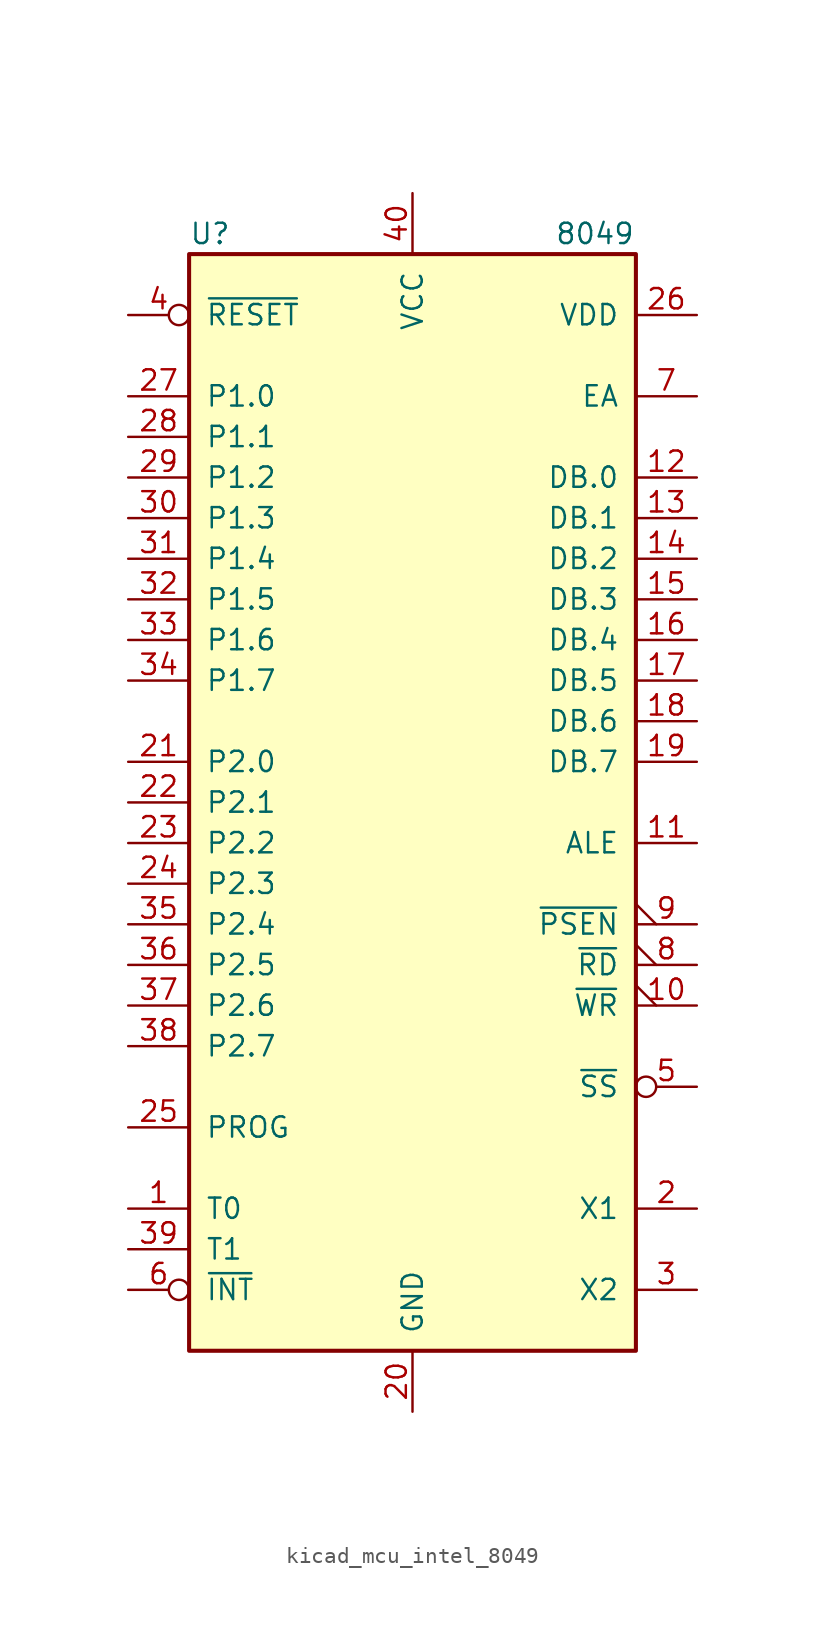
<source format=kicad_sym>
(kicad_symbol_lib
  (version 20220914)
  (generator kicad_symbol_editor)
  (symbol "kicad_mcu_intel_8049"
    (pin_names
      (offset 1.016))
    (property "Reference" "U"
      (at -13.97 35.56 0)
      (effects (font (size 1.27 1.27)) (justify left)))
    (property "Value" "8049"
      (at 8.89 35.56 0)
      (effects (font (size 1.27 1.27)) (justify left)))
    (symbol "kicad_mcu_intel_8049_1_1"
      (rectangle (start -13.97 -34.29) (end 13.97 34.29) (stroke (width 0.254) (type default)) (fill (type background)))
      (pin input line (at -17.78 -25.4 0) (length 3.81) (name "T0" (effects (font (size 1.27 1.27)))) (number "1" (effects (font (size 1.27 1.27)))))
      (pin output output_low (at 17.78 -12.7 180) (length 3.81) (name "~{WR}" (effects (font (size 1.27 1.27)))) (number "10" (effects (font (size 1.27 1.27)))))
      (pin output line (at 17.78 -2.54 180) (length 3.81) (name "ALE" (effects (font (size 1.27 1.27)))) (number "11" (effects (font (size 1.27 1.27)))))
      (pin bidirectional line (at 17.78 20.32 180) (length 3.81) (name "DB.0" (effects (font (size 1.27 1.27)))) (number "12" (effects (font (size 1.27 1.27)))))
      (pin bidirectional line (at 17.78 17.78 180) (length 3.81) (name "DB.1" (effects (font (size 1.27 1.27)))) (number "13" (effects (font (size 1.27 1.27)))))
      (pin bidirectional line (at 17.78 15.24 180) (length 3.81) (name "DB.2" (effects (font (size 1.27 1.27)))) (number "14" (effects (font (size 1.27 1.27)))))
      (pin bidirectional line (at 17.78 12.7 180) (length 3.81) (name "DB.3" (effects (font (size 1.27 1.27)))) (number "15" (effects (font (size 1.27 1.27)))))
      (pin bidirectional line (at 17.78 10.16 180) (length 3.81) (name "DB.4" (effects (font (size 1.27 1.27)))) (number "16" (effects (font (size 1.27 1.27)))))
      (pin bidirectional line (at 17.78 7.62 180) (length 3.81) (name "DB.5" (effects (font (size 1.27 1.27)))) (number "17" (effects (font (size 1.27 1.27)))))
      (pin bidirectional line (at 17.78 5.08 180) (length 3.81) (name "DB.6" (effects (font (size 1.27 1.27)))) (number "18" (effects (font (size 1.27 1.27)))))
      (pin bidirectional line (at 17.78 2.54 180) (length 3.81) (name "DB.7" (effects (font (size 1.27 1.27)))) (number "19" (effects (font (size 1.27 1.27)))))
      (pin input line (at 17.78 -25.4 180) (length 3.81) (name "X1" (effects (font (size 1.27 1.27)))) (number "2" (effects (font (size 1.27 1.27)))))
      (pin power_in line (at 0 -38.1 90) (length 3.81) (name "GND" (effects (font (size 1.27 1.27)))) (number "20" (effects (font (size 1.27 1.27)))))
      (pin bidirectional line (at -17.78 2.54 0) (length 3.81) (name "P2.0" (effects (font (size 1.27 1.27)))) (number "21" (effects (font (size 1.27 1.27)))))
      (pin bidirectional line (at -17.78 0 0) (length 3.81) (name "P2.1" (effects (font (size 1.27 1.27)))) (number "22" (effects (font (size 1.27 1.27)))))
      (pin bidirectional line (at -17.78 -2.54 0) (length 3.81) (name "P2.2" (effects (font (size 1.27 1.27)))) (number "23" (effects (font (size 1.27 1.27)))))
      (pin bidirectional line (at -17.78 -5.08 0) (length 3.81) (name "P2.3" (effects (font (size 1.27 1.27)))) (number "24" (effects (font (size 1.27 1.27)))))
      (pin output line (at -17.78 -20.32 0) (length 3.81) (name "PROG" (effects (font (size 1.27 1.27)))) (number "25" (effects (font (size 1.27 1.27)))))
      (pin power_in line (at 17.78 30.48 180) (length 3.81) (name "VDD" (effects (font (size 1.27 1.27)))) (number "26" (effects (font (size 1.27 1.27)))))
      (pin bidirectional line (at -17.78 25.4 0) (length 3.81) (name "P1.0" (effects (font (size 1.27 1.27)))) (number "27" (effects (font (size 1.27 1.27)))))
      (pin bidirectional line (at -17.78 22.86 0) (length 3.81) (name "P1.1" (effects (font (size 1.27 1.27)))) (number "28" (effects (font (size 1.27 1.27)))))
      (pin bidirectional line (at -17.78 20.32 0) (length 3.81) (name "P1.2" (effects (font (size 1.27 1.27)))) (number "29" (effects (font (size 1.27 1.27)))))
      (pin output line (at 17.78 -30.48 180) (length 3.81) (name "X2" (effects (font (size 1.27 1.27)))) (number "3" (effects (font (size 1.27 1.27)))))
      (pin bidirectional line (at -17.78 17.78 0) (length 3.81) (name "P1.3" (effects (font (size 1.27 1.27)))) (number "30" (effects (font (size 1.27 1.27)))))
      (pin bidirectional line (at -17.78 15.24 0) (length 3.81) (name "P1.4" (effects (font (size 1.27 1.27)))) (number "31" (effects (font (size 1.27 1.27)))))
      (pin bidirectional line (at -17.78 12.7 0) (length 3.81) (name "P1.5" (effects (font (size 1.27 1.27)))) (number "32" (effects (font (size 1.27 1.27)))))
      (pin bidirectional line (at -17.78 10.16 0) (length 3.81) (name "P1.6" (effects (font (size 1.27 1.27)))) (number "33" (effects (font (size 1.27 1.27)))))
      (pin bidirectional line (at -17.78 7.62 0) (length 3.81) (name "P1.7" (effects (font (size 1.27 1.27)))) (number "34" (effects (font (size 1.27 1.27)))))
      (pin bidirectional line (at -17.78 -7.62 0) (length 3.81) (name "P2.4" (effects (font (size 1.27 1.27)))) (number "35" (effects (font (size 1.27 1.27)))))
      (pin bidirectional line (at -17.78 -10.16 0) (length 3.81) (name "P2.5" (effects (font (size 1.27 1.27)))) (number "36" (effects (font (size 1.27 1.27)))))
      (pin bidirectional line (at -17.78 -12.7 0) (length 3.81) (name "P2.6" (effects (font (size 1.27 1.27)))) (number "37" (effects (font (size 1.27 1.27)))))
      (pin bidirectional line (at -17.78 -15.24 0) (length 3.81) (name "P2.7" (effects (font (size 1.27 1.27)))) (number "38" (effects (font (size 1.27 1.27)))))
      (pin input line (at -17.78 -27.94 0) (length 3.81) (name "T1" (effects (font (size 1.27 1.27)))) (number "39" (effects (font (size 1.27 1.27)))))
      (pin input inverted (at -17.78 30.48 0) (length 3.81) (name "~{RESET}" (effects (font (size 1.27 1.27)))) (number "4" (effects (font (size 1.27 1.27)))))
      (pin power_in line (at 0 38.1 270) (length 3.81) (name "VCC" (effects (font (size 1.27 1.27)))) (number "40" (effects (font (size 1.27 1.27)))))
      (pin input inverted (at 17.78 -17.78 180) (length 3.81) (name "~{SS}" (effects (font (size 1.27 1.27)))) (number "5" (effects (font (size 1.27 1.27)))))
      (pin input inverted (at -17.78 -30.48 0) (length 3.81) (name "~{INT}" (effects (font (size 1.27 1.27)))) (number "6" (effects (font (size 1.27 1.27)))))
      (pin input line (at 17.78 25.4 180) (length 3.81) (name "EA" (effects (font (size 1.27 1.27)))) (number "7" (effects (font (size 1.27 1.27)))))
      (pin output output_low (at 17.78 -10.16 180) (length 3.81) (name "~{RD}" (effects (font (size 1.27 1.27)))) (number "8" (effects (font (size 1.27 1.27)))))
      (pin output output_low (at 17.78 -7.62 180) (length 3.81) (name "~{PSEN}" (effects (font (size 1.27 1.27)))) (number "9" (effects (font (size 1.27 1.27))))))))
</source>
